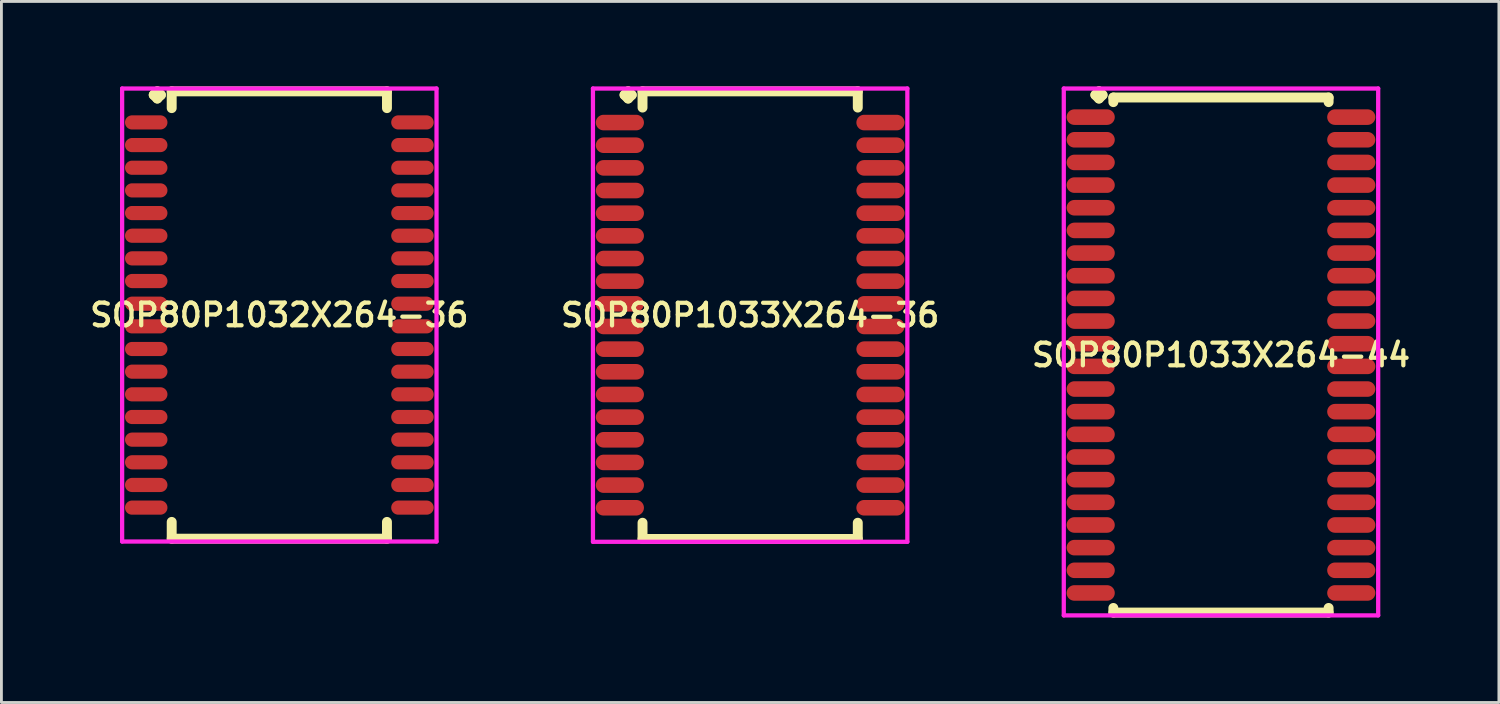
<source format=kicad_pcb>
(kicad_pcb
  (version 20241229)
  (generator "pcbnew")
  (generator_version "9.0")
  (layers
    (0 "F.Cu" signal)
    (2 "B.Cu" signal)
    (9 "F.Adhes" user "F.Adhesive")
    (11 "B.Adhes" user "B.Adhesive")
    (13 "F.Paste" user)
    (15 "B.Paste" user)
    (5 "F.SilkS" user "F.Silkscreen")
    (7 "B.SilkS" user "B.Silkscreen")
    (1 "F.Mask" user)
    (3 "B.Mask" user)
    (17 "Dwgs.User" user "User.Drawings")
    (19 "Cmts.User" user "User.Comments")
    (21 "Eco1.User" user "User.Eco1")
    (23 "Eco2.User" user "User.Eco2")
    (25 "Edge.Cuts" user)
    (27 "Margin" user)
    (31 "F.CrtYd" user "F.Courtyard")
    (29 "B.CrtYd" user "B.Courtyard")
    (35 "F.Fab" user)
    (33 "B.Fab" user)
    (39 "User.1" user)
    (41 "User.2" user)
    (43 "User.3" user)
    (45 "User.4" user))
  (footprint "SOP80P1033X264-44"
    (layer "F.Cu")
    (at 40.058 9.485)
    (property "Reference" "SOP80P1033X264-44" (at 0 0 0) (layer "F.SilkS") (effects (font (size 0.8 0.8) (thickness 0.15))))
    (attr smd)
    (fp_line (start -4.435 -9.183) (end -4.308 -9.31) (stroke (width 0.35) (type solid)) (layer "F.SilkS"))
    (fp_line (start -4.308 -9.31) (end -4.181 -9.183) (stroke (width 0.35) (type solid)) (layer "F.SilkS"))
    (fp_line (start -4.308 -9.056) (end -4.435 -9.183) (stroke (width 0.35) (type solid)) (layer "F.SilkS"))
    (fp_line (start -4.181 -9.183) (end -4.308 -9.056) (stroke (width 0.35) (type solid)) (layer "F.SilkS"))
    (fp_line (start -3.8 -9.092) (end 3.8 -9.092) (stroke (width 0.35) (type solid)) (layer "F.SilkS"))
    (fp_line (start -3.8 -8.929) (end -3.8 -9.092) (stroke (width 0.35) (type solid)) (layer "F.SilkS"))
    (fp_line (start -3.8 8.929) (end -3.8 9.092) (stroke (width 0.35) (type solid)) (layer "F.SilkS"))
    (fp_line (start -3.8 9.092) (end 3.8 9.092) (stroke (width 0.35) (type solid)) (layer "F.SilkS"))
    (fp_line (start 3.8 -9.092) (end 3.8 -8.929) (stroke (width 0.35) (type solid)) (layer "F.SilkS"))
    (fp_line (start 3.8 9.092) (end 3.8 8.929) (stroke (width 0.35) (type solid)) (layer "F.SilkS"))
    (fp_line (start -5.55 -9.41) (end 5.55 -9.41) (stroke (width 0.15) (type solid)) (layer "F.CrtYd"))
    (fp_line (start -5.55 9.192) (end -5.55 -9.41) (stroke (width 0.15) (type solid)) (layer "F.CrtYd"))
    (fp_line (start 5.55 -9.41) (end 5.55 9.192) (stroke (width 0.15) (type solid)) (layer "F.CrtYd"))
    (fp_line (start 5.55 9.192) (end -5.55 9.192) (stroke (width 0.15) (type solid)) (layer "F.CrtYd"))
    (pad "1" smd oval (at -4.6 -8.4) (size 1.7 0.55) (layers "F.Cu" "F.Mask" "F.Paste"))
    (pad "2" smd oval (at -4.6 -7.6) (size 1.7 0.55) (layers "F.Cu" "F.Mask" "F.Paste"))
    (pad "3" smd oval (at -4.6 -6.8) (size 1.7 0.55) (layers "F.Cu" "F.Mask" "F.Paste"))
    (pad "4" smd oval (at -4.6 -6) (size 1.7 0.55) (layers "F.Cu" "F.Mask" "F.Paste"))
    (pad "5" smd oval (at -4.6 -5.2) (size 1.7 0.55) (layers "F.Cu" "F.Mask" "F.Paste"))
    (pad "6" smd oval (at -4.6 -4.4) (size 1.7 0.55) (layers "F.Cu" "F.Mask" "F.Paste"))
    (pad "7" smd oval (at -4.6 -3.6) (size 1.7 0.55) (layers "F.Cu" "F.Mask" "F.Paste"))
    (pad "8" smd oval (at -4.6 -2.8) (size 1.7 0.55) (layers "F.Cu" "F.Mask" "F.Paste"))
    (pad "9" smd oval (at -4.6 -2) (size 1.7 0.55) (layers "F.Cu" "F.Mask" "F.Paste"))
    (pad "10" smd oval (at -4.6 -1.2) (size 1.7 0.55) (layers "F.Cu" "F.Mask" "F.Paste"))
    (pad "11" smd oval (at -4.6 -0.4) (size 1.7 0.55) (layers "F.Cu" "F.Mask" "F.Paste"))
    (pad "12" smd oval (at -4.6 0.4) (size 1.7 0.55) (layers "F.Cu" "F.Mask" "F.Paste"))
    (pad "13" smd oval (at -4.6 1.2) (size 1.7 0.55) (layers "F.Cu" "F.Mask" "F.Paste"))
    (pad "14" smd oval (at -4.6 2) (size 1.7 0.55) (layers "F.Cu" "F.Mask" "F.Paste"))
    (pad "15" smd oval (at -4.6 2.8) (size 1.7 0.55) (layers "F.Cu" "F.Mask" "F.Paste"))
    (pad "16" smd oval (at -4.6 3.6) (size 1.7 0.55) (layers "F.Cu" "F.Mask" "F.Paste"))
    (pad "17" smd oval (at -4.6 4.4) (size 1.7 0.55) (layers "F.Cu" "F.Mask" "F.Paste"))
    (pad "18" smd oval (at -4.6 5.2) (size 1.7 0.55) (layers "F.Cu" "F.Mask" "F.Paste"))
    (pad "19" smd oval (at -4.6 6) (size 1.7 0.55) (layers "F.Cu" "F.Mask" "F.Paste"))
    (pad "20" smd oval (at -4.6 6.8) (size 1.7 0.55) (layers "F.Cu" "F.Mask" "F.Paste"))
    (pad "21" smd oval (at -4.6 7.6) (size 1.7 0.55) (layers "F.Cu" "F.Mask" "F.Paste"))
    (pad "22" smd oval (at -4.6 8.4) (size 1.7 0.55) (layers "F.Cu" "F.Mask" "F.Paste"))
    (pad "23" smd oval (at 4.6 8.4) (size 1.7 0.55) (layers "F.Cu" "F.Mask" "F.Paste"))
    (pad "24" smd oval (at 4.6 7.6) (size 1.7 0.55) (layers "F.Cu" "F.Mask" "F.Paste"))
    (pad "25" smd oval (at 4.6 6.8) (size 1.7 0.55) (layers "F.Cu" "F.Mask" "F.Paste"))
    (pad "26" smd oval (at 4.6 6) (size 1.7 0.55) (layers "F.Cu" "F.Mask" "F.Paste"))
    (pad "27" smd oval (at 4.6 5.2) (size 1.7 0.55) (layers "F.Cu" "F.Mask" "F.Paste"))
    (pad "28" smd oval (at 4.6 4.4) (size 1.7 0.55) (layers "F.Cu" "F.Mask" "F.Paste"))
    (pad "29" smd oval (at 4.6 3.6) (size 1.7 0.55) (layers "F.Cu" "F.Mask" "F.Paste"))
    (pad "30" smd oval (at 4.6 2.8) (size 1.7 0.55) (layers "F.Cu" "F.Mask" "F.Paste"))
    (pad "31" smd oval (at 4.6 2) (size 1.7 0.55) (layers "F.Cu" "F.Mask" "F.Paste"))
    (pad "32" smd oval (at 4.6 1.2) (size 1.7 0.55) (layers "F.Cu" "F.Mask" "F.Paste"))
    (pad "33" smd oval (at 4.6 0.4) (size 1.7 0.55) (layers "F.Cu" "F.Mask" "F.Paste"))
    (pad "34" smd oval (at 4.6 -0.4) (size 1.7 0.55) (layers "F.Cu" "F.Mask" "F.Paste"))
    (pad "35" smd oval (at 4.6 -1.2) (size 1.7 0.55) (layers "F.Cu" "F.Mask" "F.Paste"))
    (pad "36" smd oval (at 4.6 -2) (size 1.7 0.55) (layers "F.Cu" "F.Mask" "F.Paste"))
    (pad "37" smd oval (at 4.6 -2.8) (size 1.7 0.55) (layers "F.Cu" "F.Mask" "F.Paste"))
    (pad "38" smd oval (at 4.6 -3.6) (size 1.7 0.55) (layers "F.Cu" "F.Mask" "F.Paste"))
    (pad "39" smd oval (at 4.6 -4.4) (size 1.7 0.55) (layers "F.Cu" "F.Mask" "F.Paste"))
    (pad "40" smd oval (at 4.6 -5.2) (size 1.7 0.55) (layers "F.Cu" "F.Mask" "F.Paste"))
    (pad "41" smd oval (at 4.6 -6) (size 1.7 0.55) (layers "F.Cu" "F.Mask" "F.Paste"))
    (pad "42" smd oval (at 4.6 -6.8) (size 1.7 0.55) (layers "F.Cu" "F.Mask" "F.Paste"))
    (pad "43" smd oval (at 4.6 -7.6) (size 1.7 0.55) (layers "F.Cu" "F.Mask" "F.Paste"))
    (pad "44" smd oval (at 4.6 -8.4) (size 1.7 0.55) (layers "F.Cu" "F.Mask" "F.Paste")))
  (footprint "SOP80P1033X264-36"
    (layer "F.Cu")
    (at 23.435 8.077)
    (property "Reference" "SOP80P1033X264-36" (at 0 0 0) (layer "F.SilkS") (effects (font (size 0.8 0.8) (thickness 0.15))))
    (attr smd)
    (fp_line (start -4.435 -7.775) (end -4.308 -7.902) (stroke (width 0.35) (type solid)) (layer "F.SilkS"))
    (fp_line (start -4.308 -7.902) (end -4.181 -7.775) (stroke (width 0.35) (type solid)) (layer "F.SilkS"))
    (fp_line (start -4.308 -7.648) (end -4.435 -7.775) (stroke (width 0.35) (type solid)) (layer "F.SilkS"))
    (fp_line (start -4.181 -7.775) (end -4.308 -7.648) (stroke (width 0.35) (type solid)) (layer "F.SilkS"))
    (fp_line (start -3.8 -7.902) (end 3.8 -7.902) (stroke (width 0.35) (type solid)) (layer "F.SilkS"))
    (fp_line (start -3.8 -7.329) (end -3.8 -7.902) (stroke (width 0.35) (type solid)) (layer "F.SilkS"))
    (fp_line (start -3.8 7.329) (end -3.8 7.902) (stroke (width 0.35) (type solid)) (layer "F.SilkS"))
    (fp_line (start -3.8 7.902) (end 3.8 7.902) (stroke (width 0.35) (type solid)) (layer "F.SilkS"))
    (fp_line (start 3.8 -7.902) (end 3.8 -7.329) (stroke (width 0.35) (type solid)) (layer "F.SilkS"))
    (fp_line (start 3.8 7.902) (end 3.8 7.329) (stroke (width 0.35) (type solid)) (layer "F.SilkS"))
    (fp_line (start -5.55 -8.002) (end 5.55 -8.002) (stroke (width 0.15) (type solid)) (layer "F.CrtYd"))
    (fp_line (start -5.55 8.002) (end -5.55 -8.002) (stroke (width 0.15) (type solid)) (layer "F.CrtYd"))
    (fp_line (start 5.55 -8.002) (end 5.55 8.002) (stroke (width 0.15) (type solid)) (layer "F.CrtYd"))
    (fp_line (start 5.55 8.002) (end -5.55 8.002) (stroke (width 0.15) (type solid)) (layer "F.CrtYd"))
    (pad "1" smd oval (at -4.6 -6.8) (size 1.7 0.55) (layers "F.Cu" "F.Mask" "F.Paste"))
    (pad "2" smd oval (at -4.6 -6) (size 1.7 0.55) (layers "F.Cu" "F.Mask" "F.Paste"))
    (pad "3" smd oval (at -4.6 -5.2) (size 1.7 0.55) (layers "F.Cu" "F.Mask" "F.Paste"))
    (pad "4" smd oval (at -4.6 -4.4) (size 1.7 0.55) (layers "F.Cu" "F.Mask" "F.Paste"))
    (pad "5" smd oval (at -4.6 -3.6) (size 1.7 0.55) (layers "F.Cu" "F.Mask" "F.Paste"))
    (pad "6" smd oval (at -4.6 -2.8) (size 1.7 0.55) (layers "F.Cu" "F.Mask" "F.Paste"))
    (pad "7" smd oval (at -4.6 -2) (size 1.7 0.55) (layers "F.Cu" "F.Mask" "F.Paste"))
    (pad "8" smd oval (at -4.6 -1.2) (size 1.7 0.55) (layers "F.Cu" "F.Mask" "F.Paste"))
    (pad "9" smd oval (at -4.6 -0.4) (size 1.7 0.55) (layers "F.Cu" "F.Mask" "F.Paste"))
    (pad "10" smd oval (at -4.6 0.4) (size 1.7 0.55) (layers "F.Cu" "F.Mask" "F.Paste"))
    (pad "11" smd oval (at -4.6 1.2) (size 1.7 0.55) (layers "F.Cu" "F.Mask" "F.Paste"))
    (pad "12" smd oval (at -4.6 2) (size 1.7 0.55) (layers "F.Cu" "F.Mask" "F.Paste"))
    (pad "13" smd oval (at -4.6 2.8) (size 1.7 0.55) (layers "F.Cu" "F.Mask" "F.Paste"))
    (pad "14" smd oval (at -4.6 3.6) (size 1.7 0.55) (layers "F.Cu" "F.Mask" "F.Paste"))
    (pad "15" smd oval (at -4.6 4.4) (size 1.7 0.55) (layers "F.Cu" "F.Mask" "F.Paste"))
    (pad "16" smd oval (at -4.6 5.2) (size 1.7 0.55) (layers "F.Cu" "F.Mask" "F.Paste"))
    (pad "17" smd oval (at -4.6 6) (size 1.7 0.55) (layers "F.Cu" "F.Mask" "F.Paste"))
    (pad "18" smd oval (at -4.6 6.8) (size 1.7 0.55) (layers "F.Cu" "F.Mask" "F.Paste"))
    (pad "19" smd oval (at 4.6 6.8) (size 1.7 0.55) (layers "F.Cu" "F.Mask" "F.Paste"))
    (pad "20" smd oval (at 4.6 6) (size 1.7 0.55) (layers "F.Cu" "F.Mask" "F.Paste"))
    (pad "21" smd oval (at 4.6 5.2) (size 1.7 0.55) (layers "F.Cu" "F.Mask" "F.Paste"))
    (pad "22" smd oval (at 4.6 4.4) (size 1.7 0.55) (layers "F.Cu" "F.Mask" "F.Paste"))
    (pad "23" smd oval (at 4.6 3.6) (size 1.7 0.55) (layers "F.Cu" "F.Mask" "F.Paste"))
    (pad "24" smd oval (at 4.6 2.8) (size 1.7 0.55) (layers "F.Cu" "F.Mask" "F.Paste"))
    (pad "25" smd oval (at 4.6 2) (size 1.7 0.55) (layers "F.Cu" "F.Mask" "F.Paste"))
    (pad "26" smd oval (at 4.6 1.2) (size 1.7 0.55) (layers "F.Cu" "F.Mask" "F.Paste"))
    (pad "27" smd oval (at 4.6 0.4) (size 1.7 0.55) (layers "F.Cu" "F.Mask" "F.Paste"))
    (pad "28" smd oval (at 4.6 -0.4) (size 1.7 0.55) (layers "F.Cu" "F.Mask" "F.Paste"))
    (pad "29" smd oval (at 4.6 -1.2) (size 1.7 0.55) (layers "F.Cu" "F.Mask" "F.Paste"))
    (pad "30" smd oval (at 4.6 -2) (size 1.7 0.55) (layers "F.Cu" "F.Mask" "F.Paste"))
    (pad "31" smd oval (at 4.6 -2.8) (size 1.7 0.55) (layers "F.Cu" "F.Mask" "F.Paste"))
    (pad "32" smd oval (at 4.6 -3.6) (size 1.7 0.55) (layers "F.Cu" "F.Mask" "F.Paste"))
    (pad "33" smd oval (at 4.6 -4.4) (size 1.7 0.55) (layers "F.Cu" "F.Mask" "F.Paste"))
    (pad "34" smd oval (at 4.6 -5.2) (size 1.7 0.55) (layers "F.Cu" "F.Mask" "F.Paste"))
    (pad "35" smd oval (at 4.6 -6) (size 1.7 0.55) (layers "F.Cu" "F.Mask" "F.Paste"))
    (pad "36" smd oval (at 4.6 -6.8) (size 1.7 0.55) (layers "F.Cu" "F.Mask" "F.Paste")))
  (footprint "SOP80P1032X264-36"
    (layer "F.Cu")
    (at 6.812 8.072)
    (property "Reference" "SOP80P1032X264-36" (at 0 0 0) (layer "F.SilkS") (effects (font (size 0.8 0.8) (thickness 0.15))))
    (attr through_hole)
    (fp_line (start -4.435 -7.77) (end -4.308 -7.897) (stroke (width 0.35) (type solid)) (layer "F.SilkS"))
    (fp_line (start -4.308 -7.897) (end -4.181 -7.77) (stroke (width 0.35) (type solid)) (layer "F.SilkS"))
    (fp_line (start -4.308 -7.643) (end -4.435 -7.77) (stroke (width 0.35) (type solid)) (layer "F.SilkS"))
    (fp_line (start -4.181 -7.77) (end -4.308 -7.643) (stroke (width 0.35) (type solid)) (layer "F.SilkS"))
    (fp_line (start -3.8 -7.897) (end 3.8 -7.897) (stroke (width 0.35) (type solid)) (layer "F.SilkS"))
    (fp_line (start -3.8 -7.304) (end -3.8 -7.897) (stroke (width 0.35) (type solid)) (layer "F.SilkS"))
    (fp_line (start -3.8 7.304) (end -3.8 7.897) (stroke (width 0.35) (type solid)) (layer "F.SilkS"))
    (fp_line (start -3.8 7.897) (end 3.8 7.897) (stroke (width 0.35) (type solid)) (layer "F.SilkS"))
    (fp_line (start 3.8 -7.897) (end 3.8 -7.304) (stroke (width 0.35) (type solid)) (layer "F.SilkS"))
    (fp_line (start 3.8 7.897) (end 3.8 7.304) (stroke (width 0.35) (type solid)) (layer "F.SilkS"))
    (fp_line (start -5.55 -7.997) (end 5.55 -7.997) (stroke (width 0.15) (type solid)) (layer "F.CrtYd"))
    (fp_line (start -5.55 7.997) (end -5.55 -7.997) (stroke (width 0.15) (type solid)) (layer "F.CrtYd"))
    (fp_line (start 5.55 -7.997) (end 5.55 7.997) (stroke (width 0.15) (type solid)) (layer "F.CrtYd"))
    (fp_line (start 5.55 7.997) (end -5.55 7.997) (stroke (width 0.15) (type solid)) (layer "F.CrtYd"))
    (pad "1" smd oval (at -4.7 -6.8) (size 1.5 0.5) (layers "F.Cu" "F.Mask" "F.Paste"))
    (pad "2" smd oval (at -4.7 -6) (size 1.5 0.5) (layers "F.Cu" "F.Mask" "F.Paste"))
    (pad "3" smd oval (at -4.7 -5.2) (size 1.5 0.5) (layers "F.Cu" "F.Mask" "F.Paste"))
    (pad "4" smd oval (at -4.7 -4.4) (size 1.5 0.5) (layers "F.Cu" "F.Mask" "F.Paste"))
    (pad "5" smd oval (at -4.7 -3.6) (size 1.5 0.5) (layers "F.Cu" "F.Mask" "F.Paste"))
    (pad "6" smd oval (at -4.7 -2.8) (size 1.5 0.5) (layers "F.Cu" "F.Mask" "F.Paste"))
    (pad "7" smd oval (at -4.7 -2) (size 1.5 0.5) (layers "F.Cu" "F.Mask" "F.Paste"))
    (pad "8" smd oval (at -4.7 -1.2) (size 1.5 0.5) (layers "F.Cu" "F.Mask" "F.Paste"))
    (pad "9" smd oval (at -4.7 -0.4) (size 1.5 0.5) (layers "F.Cu" "F.Mask" "F.Paste"))
    (pad "10" smd oval (at -4.7 0.4) (size 1.5 0.5) (layers "F.Cu" "F.Mask" "F.Paste"))
    (pad "11" smd oval (at -4.7 1.2) (size 1.5 0.5) (layers "F.Cu" "F.Mask" "F.Paste"))
    (pad "12" smd oval (at -4.7 2) (size 1.5 0.5) (layers "F.Cu" "F.Mask" "F.Paste"))
    (pad "13" smd oval (at -4.7 2.8) (size 1.5 0.5) (layers "F.Cu" "F.Mask" "F.Paste"))
    (pad "14" smd oval (at -4.7 3.6) (size 1.5 0.5) (layers "F.Cu" "F.Mask" "F.Paste"))
    (pad "15" smd oval (at -4.7 4.4) (size 1.5 0.5) (layers "F.Cu" "F.Mask" "F.Paste"))
    (pad "16" smd oval (at -4.7 5.2) (size 1.5 0.5) (layers "F.Cu" "F.Mask" "F.Paste"))
    (pad "17" smd oval (at -4.7 6) (size 1.5 0.5) (layers "F.Cu" "F.Mask" "F.Paste"))
    (pad "18" smd oval (at -4.7 6.8) (size 1.5 0.5) (layers "F.Cu" "F.Mask" "F.Paste"))
    (pad "19" smd oval (at 4.7 6.8) (size 1.5 0.5) (layers "F.Cu" "F.Mask" "F.Paste"))
    (pad "20" smd oval (at 4.7 6) (size 1.5 0.5) (layers "F.Cu" "F.Mask" "F.Paste"))
    (pad "21" smd oval (at 4.7 5.2) (size 1.5 0.5) (layers "F.Cu" "F.Mask" "F.Paste"))
    (pad "22" smd oval (at 4.7 4.4) (size 1.5 0.5) (layers "F.Cu" "F.Mask" "F.Paste"))
    (pad "23" smd oval (at 4.7 3.6) (size 1.5 0.5) (layers "F.Cu" "F.Mask" "F.Paste"))
    (pad "24" smd oval (at 4.7 2.8) (size 1.5 0.5) (layers "F.Cu" "F.Mask" "F.Paste"))
    (pad "25" smd oval (at 4.7 2) (size 1.5 0.5) (layers "F.Cu" "F.Mask" "F.Paste"))
    (pad "26" smd oval (at 4.7 1.2) (size 1.5 0.5) (layers "F.Cu" "F.Mask" "F.Paste"))
    (pad "27" smd oval (at 4.7 0.4) (size 1.5 0.5) (layers "F.Cu" "F.Mask" "F.Paste"))
    (pad "28" smd oval (at 4.7 -0.4) (size 1.5 0.5) (layers "F.Cu" "F.Mask" "F.Paste"))
    (pad "29" smd oval (at 4.7 -1.2) (size 1.5 0.5) (layers "F.Cu" "F.Mask" "F.Paste"))
    (pad "30" smd oval (at 4.7 -2) (size 1.5 0.5) (layers "F.Cu" "F.Mask" "F.Paste"))
    (pad "31" smd oval (at 4.7 -2.8) (size 1.5 0.5) (layers "F.Cu" "F.Mask" "F.Paste"))
    (pad "32" smd oval (at 4.7 -3.6) (size 1.5 0.5) (layers "F.Cu" "F.Mask" "F.Paste"))
    (pad "33" smd oval (at 4.7 -4.4) (size 1.5 0.5) (layers "F.Cu" "F.Mask" "F.Paste"))
    (pad "34" smd oval (at 4.7 -5.2) (size 1.5 0.5) (layers "F.Cu" "F.Mask" "F.Paste"))
    (pad "35" smd oval (at 4.7 -6) (size 1.5 0.5) (layers "F.Cu" "F.Mask" "F.Paste"))
    (pad "36" smd oval (at 4.7 -6.8) (size 1.5 0.5) (layers "F.Cu" "F.Mask" "F.Paste")))
  (gr_rect
    (start -3 -3)
    (end 49.87 21.752)
    (stroke (width 0.1) (type default))
    (fill no)
    (layer "Edge.Cuts")))
</source>
